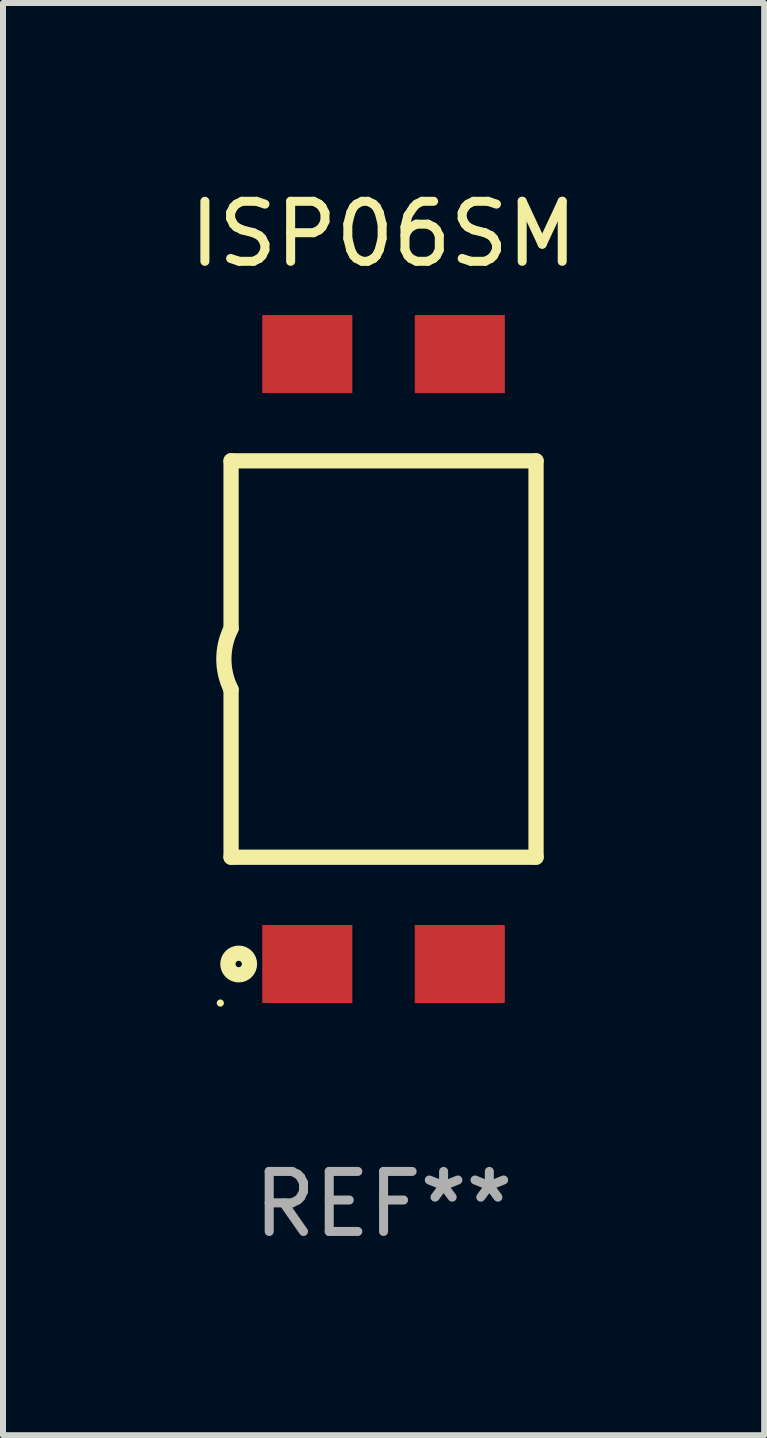
<source format=kicad_pcb>
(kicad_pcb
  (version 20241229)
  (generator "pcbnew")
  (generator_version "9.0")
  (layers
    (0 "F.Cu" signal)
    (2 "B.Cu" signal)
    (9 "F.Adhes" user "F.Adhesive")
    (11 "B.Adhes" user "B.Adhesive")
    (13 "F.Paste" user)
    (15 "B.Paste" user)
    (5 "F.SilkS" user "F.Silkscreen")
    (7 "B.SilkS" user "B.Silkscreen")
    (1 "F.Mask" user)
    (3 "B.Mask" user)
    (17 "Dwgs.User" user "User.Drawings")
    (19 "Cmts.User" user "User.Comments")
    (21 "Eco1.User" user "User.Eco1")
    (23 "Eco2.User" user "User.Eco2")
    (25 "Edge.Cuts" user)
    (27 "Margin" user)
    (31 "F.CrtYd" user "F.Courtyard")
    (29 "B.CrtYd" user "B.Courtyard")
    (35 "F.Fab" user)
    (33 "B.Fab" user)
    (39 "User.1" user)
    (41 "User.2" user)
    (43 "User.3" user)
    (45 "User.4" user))
  (footprint "ISP06SM"
    (layer "F.Cu")
    (at 3.339 7.928)
    (property "Reference" "ISP06SM" (at 0 -7.08 0) (layer "F.SilkS") (effects (font (size 1 1) (thickness 0.15))))
    (attr through_hole)
    (fp_line (start -2.54 -3.302) (end 2.54 -3.302) (stroke (width 0.254) (type solid)) (layer "F.SilkS"))
    (fp_line (start -2.54 -0.511) (end -2.54 -3.302) (stroke (width 0.254) (type solid)) (layer "F.SilkS"))
    (fp_line (start -2.54 3.3) (end -2.54 0.508) (stroke (width 0.254) (type solid)) (layer "F.SilkS"))
    (fp_line (start 2.54 -3.301) (end 2.54 3.299) (stroke (width 0.254) (type solid)) (layer "F.SilkS"))
    (fp_line (start 2.54 3.301) (end -2.54 3.301) (stroke (width 0.254) (type solid)) (layer "F.SilkS"))
    (fp_arc (start -2.540005 0.507874) (mid -2.659928 -0.000127) (end -2.540005 -0.508128) (stroke (width 0.254001) (type solid)) (layer "F.SilkS"))
    (fp_circle (center -2.719 5.73) (end -2.689 5.73) (stroke (width 0.06) (type solid)) (fill no) (layer "F.SilkS"))
    (fp_circle (center -2.413 5.08) (end -2.233 5.08) (stroke (width 0.254) (type solid)) (fill no) (layer "F.SilkS"))
    (fp_text user "REF**" (at 0 9.08 0) (layer "F.Fab") (effects (font (size 1 1) (thickness 0.15))))
    (pad "1" smd rect (at -1.27 5.08 180) (size 1.5 1.3) (layers "F.Cu" "F.Mask" "F.Paste"))
    (pad "2" smd rect (at 1.27 5.08 180) (size 1.5 1.3) (layers "F.Cu" "F.Mask" "F.Paste"))
    (pad "3" smd rect (at 1.27 -5.08 180) (size 1.5 1.3) (layers "F.Cu" "F.Mask" "F.Paste"))
    (pad "4" smd rect (at -1.27 -5.08 180) (size 1.5 1.3) (layers "F.Cu" "F.Mask" "F.Paste")))
  (gr_rect
    (start -3 -3)
    (end 9.679 20.857)
    (stroke (width 0.1) (type default))
    (fill no)
    (layer "Edge.Cuts")))
</source>
